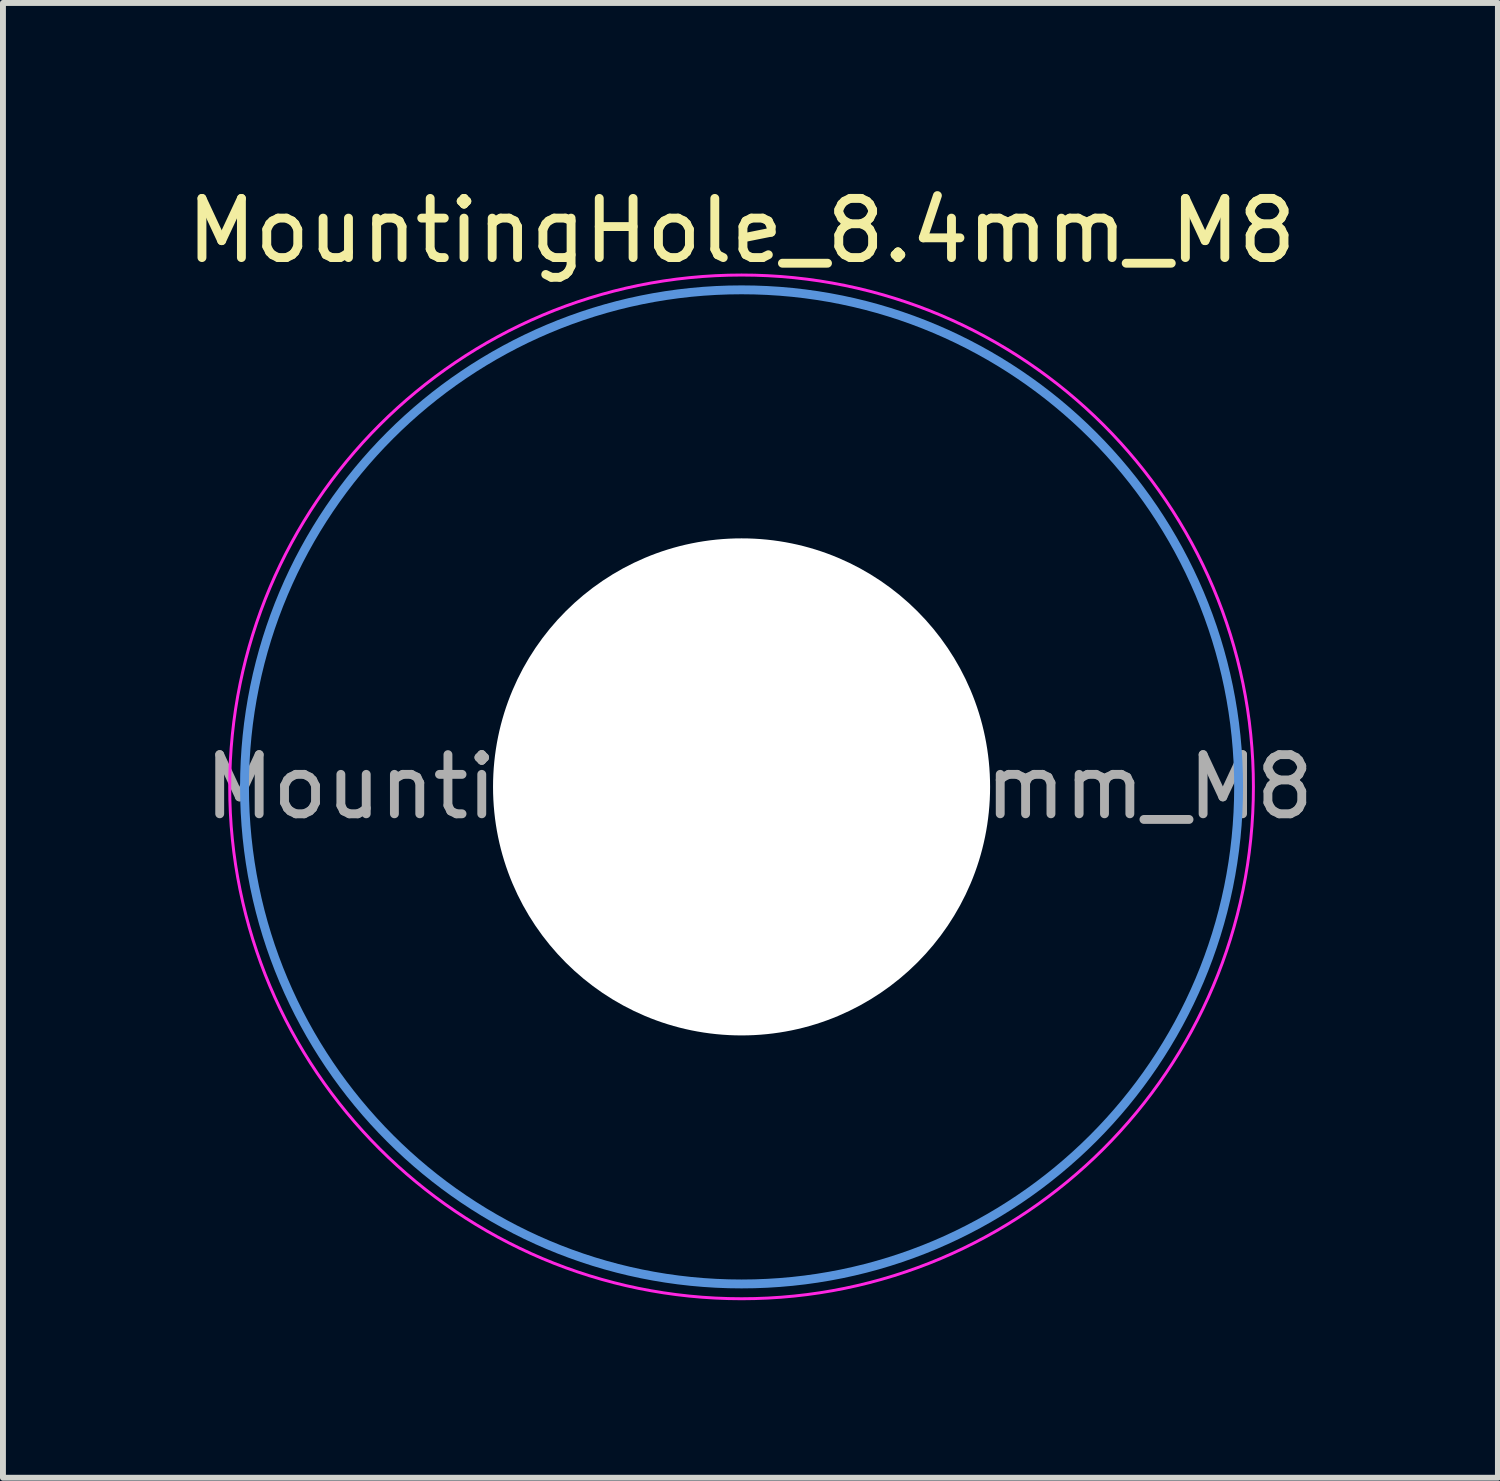
<source format=kicad_pcb>
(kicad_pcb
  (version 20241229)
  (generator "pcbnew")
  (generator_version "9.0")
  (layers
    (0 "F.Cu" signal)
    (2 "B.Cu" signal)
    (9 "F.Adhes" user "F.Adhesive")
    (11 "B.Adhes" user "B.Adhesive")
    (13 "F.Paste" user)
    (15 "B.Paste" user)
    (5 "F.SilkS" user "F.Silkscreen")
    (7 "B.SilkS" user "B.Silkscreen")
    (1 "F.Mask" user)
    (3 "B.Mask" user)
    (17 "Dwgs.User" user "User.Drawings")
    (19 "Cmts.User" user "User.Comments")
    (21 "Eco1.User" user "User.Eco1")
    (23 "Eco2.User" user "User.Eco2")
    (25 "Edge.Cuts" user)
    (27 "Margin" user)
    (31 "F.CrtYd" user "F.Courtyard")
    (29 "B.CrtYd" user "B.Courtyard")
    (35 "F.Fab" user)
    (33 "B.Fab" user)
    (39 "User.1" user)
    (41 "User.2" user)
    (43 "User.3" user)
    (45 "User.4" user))
  (footprint "MountingHole_8.4mm_M8"
    (layer "F.Cu")
    (at 9.482 10.248)
    (property "Reference" "MountingHole_8.4mm_M8" (at 0 -9.4 0) (layer "F.SilkS") (effects (font (size 1 1) (thickness 0.15))))
    (attr exclude_from_pos_files exclude_from_bom)
    (fp_circle (center 0 0) (end 8.4 0) (stroke (width 0.15) (type solid)) (fill no) (layer "Cmts.User"))
    (fp_circle (center 0 0) (end 8.65 0) (stroke (width 0.05) (type solid)) (fill no) (layer "F.CrtYd"))
    (fp_text user "${REFERENCE}" (at 0.3 0 0) (layer "F.Fab") (effects (font (size 1 1) (thickness 0.15))))
    (pad "" np_thru_hole circle (at 0 0) (size 8.4 8.4) (drill 8.4) (layers "*.Cu" "*.Mask")))
  (gr_rect
    (start -3 -3)
    (end 22.264 21.923)
    (stroke (width 0.1) (type default))
    (fill no)
    (layer "Edge.Cuts")))
</source>
